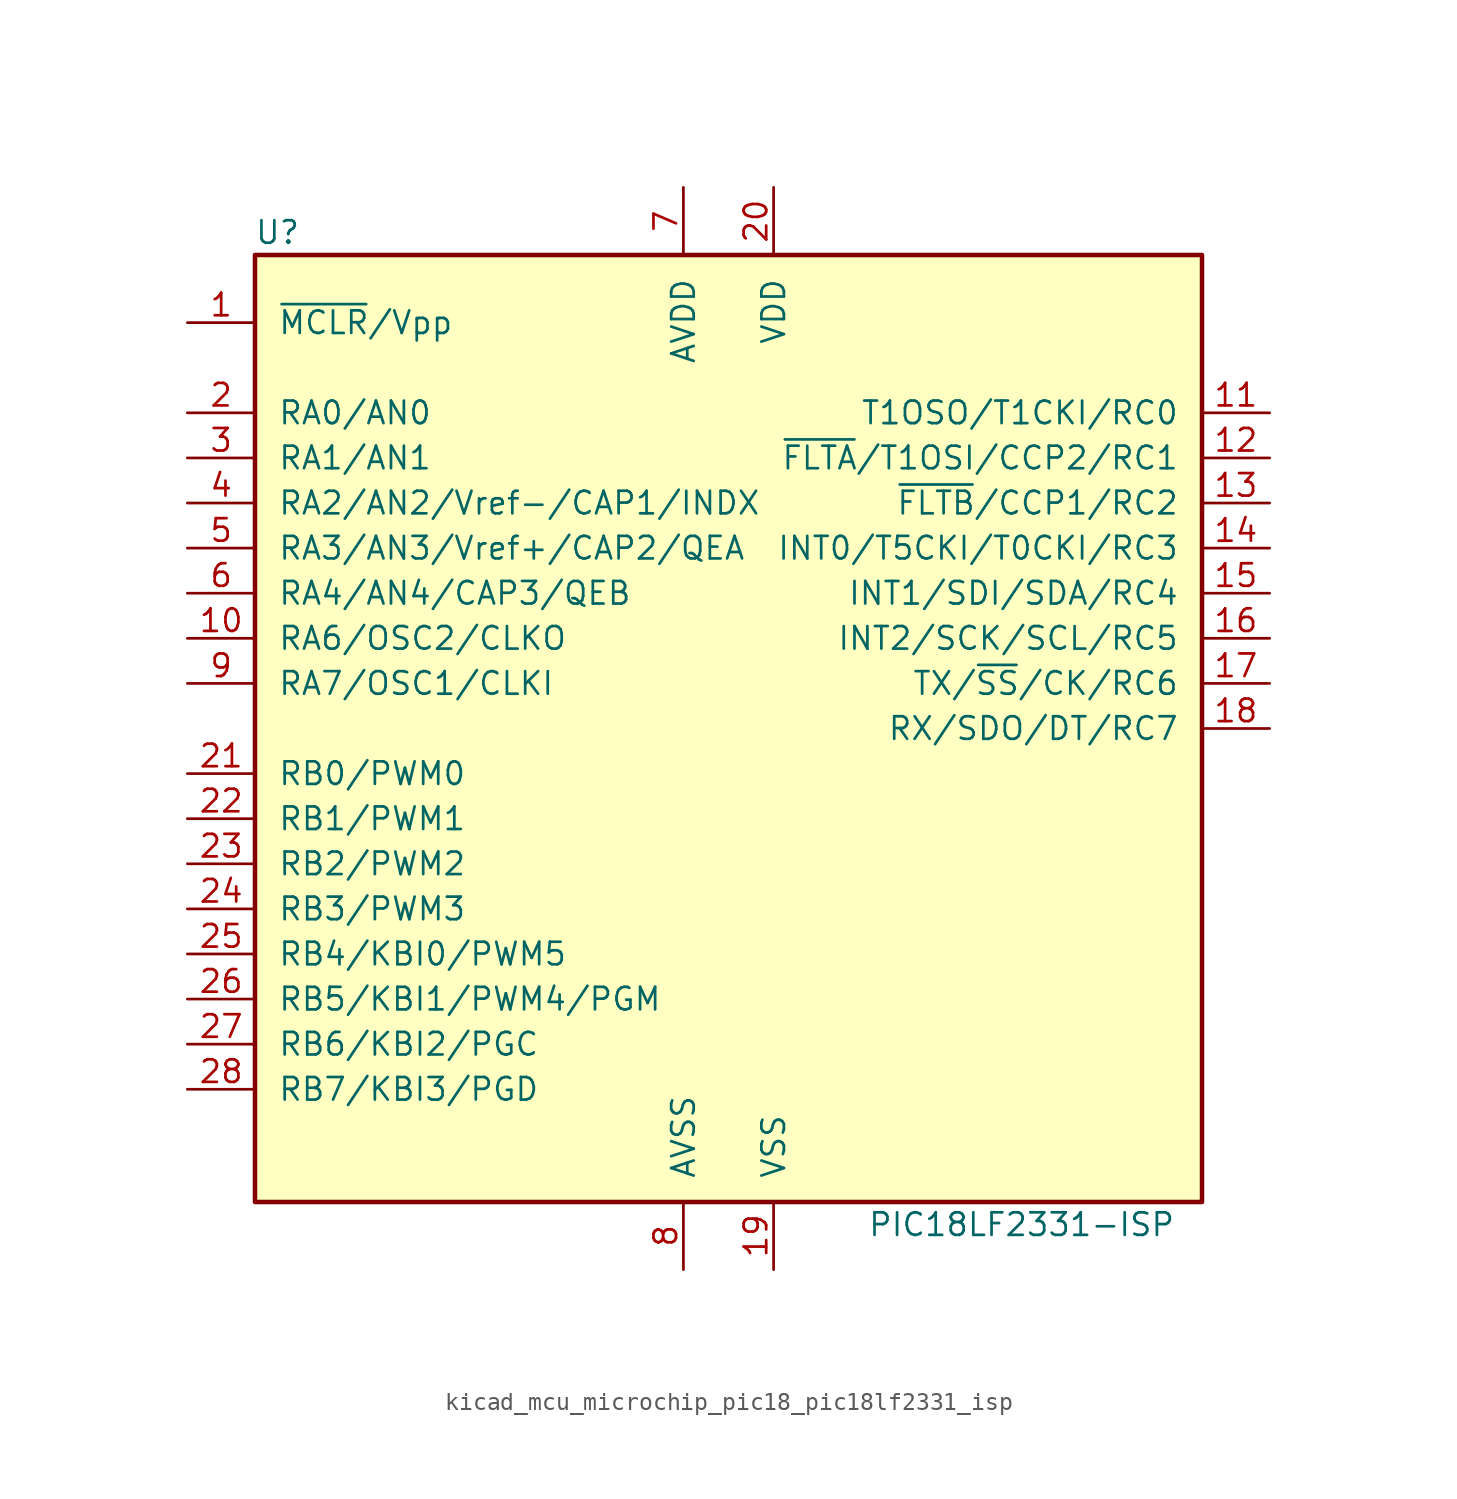
<source format=kicad_sym>
(kicad_symbol_lib
  (version 20220914)
  (generator kicad_symbol_editor)
  (symbol "kicad_mcu_microchip_pic18_pic18lf2331_isp"
    (pin_names
      (offset 1.27))
    (property "Reference" "U"
      (at -25.4 27.94 0)
      (effects (font (size 1.27 1.27))))
    (property "Value" "PIC18LF2331-ISP"
      (at 16.51 -27.94 0)
      (effects (font (size 1.27 1.27))))
    (symbol "kicad_mcu_microchip_pic18_pic18lf2331_isp_0_1"
      (rectangle (start -26.67 26.67) (end 26.67 -26.67) (stroke (width 0.254) (type default)) (fill (type background))))
    (symbol "kicad_mcu_microchip_pic18_pic18lf2331_isp_1_1"
      (pin input line (at -30.48 22.86 0) (length 3.81) (name "~{MCLR}/Vpp" (effects (font (size 1.27 1.27)))) (number "1" (effects (font (size 1.27 1.27)))))
      (pin bidirectional line (at -30.48 5.08 0) (length 3.81) (name "RA6/OSC2/CLKO" (effects (font (size 1.27 1.27)))) (number "10" (effects (font (size 1.27 1.27)))))
      (pin bidirectional line (at 30.48 17.78 180) (length 3.81) (name "T1OSO/T1CKI/RC0" (effects (font (size 1.27 1.27)))) (number "11" (effects (font (size 1.27 1.27)))))
      (pin bidirectional line (at 30.48 15.24 180) (length 3.81) (name "~{FLTA}/T1OSI/CCP2/RC1" (effects (font (size 1.27 1.27)))) (number "12" (effects (font (size 1.27 1.27)))))
      (pin bidirectional line (at 30.48 12.7 180) (length 3.81) (name "~{FLTB}/CCP1/RC2" (effects (font (size 1.27 1.27)))) (number "13" (effects (font (size 1.27 1.27)))))
      (pin bidirectional line (at 30.48 10.16 180) (length 3.81) (name "INT0/T5CKI/T0CKI/RC3" (effects (font (size 1.27 1.27)))) (number "14" (effects (font (size 1.27 1.27)))))
      (pin bidirectional line (at 30.48 7.62 180) (length 3.81) (name "INT1/SDI/SDA/RC4" (effects (font (size 1.27 1.27)))) (number "15" (effects (font (size 1.27 1.27)))))
      (pin bidirectional line (at 30.48 5.08 180) (length 3.81) (name "INT2/SCK/SCL/RC5" (effects (font (size 1.27 1.27)))) (number "16" (effects (font (size 1.27 1.27)))))
      (pin bidirectional line (at 30.48 2.54 180) (length 3.81) (name "TX/~{SS}/CK/RC6" (effects (font (size 1.27 1.27)))) (number "17" (effects (font (size 1.27 1.27)))))
      (pin bidirectional line (at 30.48 0 180) (length 3.81) (name "RX/SDO/DT/RC7" (effects (font (size 1.27 1.27)))) (number "18" (effects (font (size 1.27 1.27)))))
      (pin power_in line (at 2.54 -30.48 90) (length 3.81) (name "VSS" (effects (font (size 1.27 1.27)))) (number "19" (effects (font (size 1.27 1.27)))))
      (pin bidirectional line (at -30.48 17.78 0) (length 3.81) (name "RA0/AN0" (effects (font (size 1.27 1.27)))) (number "2" (effects (font (size 1.27 1.27)))))
      (pin power_in line (at 2.54 30.48 270) (length 3.81) (name "VDD" (effects (font (size 1.27 1.27)))) (number "20" (effects (font (size 1.27 1.27)))))
      (pin bidirectional line (at -30.48 -2.54 0) (length 3.81) (name "RB0/PWM0" (effects (font (size 1.27 1.27)))) (number "21" (effects (font (size 1.27 1.27)))))
      (pin bidirectional line (at -30.48 -5.08 0) (length 3.81) (name "RB1/PWM1" (effects (font (size 1.27 1.27)))) (number "22" (effects (font (size 1.27 1.27)))))
      (pin bidirectional line (at -30.48 -7.62 0) (length 3.81) (name "RB2/PWM2" (effects (font (size 1.27 1.27)))) (number "23" (effects (font (size 1.27 1.27)))))
      (pin bidirectional line (at -30.48 -10.16 0) (length 3.81) (name "RB3/PWM3" (effects (font (size 1.27 1.27)))) (number "24" (effects (font (size 1.27 1.27)))))
      (pin bidirectional line (at -30.48 -12.7 0) (length 3.81) (name "RB4/KBI0/PWM5" (effects (font (size 1.27 1.27)))) (number "25" (effects (font (size 1.27 1.27)))))
      (pin bidirectional line (at -30.48 -15.24 0) (length 3.81) (name "RB5/KBI1/PWM4/PGM" (effects (font (size 1.27 1.27)))) (number "26" (effects (font (size 1.27 1.27)))))
      (pin bidirectional line (at -30.48 -17.78 0) (length 3.81) (name "RB6/KBI2/PGC" (effects (font (size 1.27 1.27)))) (number "27" (effects (font (size 1.27 1.27)))))
      (pin bidirectional line (at -30.48 -20.32 0) (length 3.81) (name "RB7/KBI3/PGD" (effects (font (size 1.27 1.27)))) (number "28" (effects (font (size 1.27 1.27)))))
      (pin bidirectional line (at -30.48 15.24 0) (length 3.81) (name "RA1/AN1" (effects (font (size 1.27 1.27)))) (number "3" (effects (font (size 1.27 1.27)))))
      (pin bidirectional line (at -30.48 12.7 0) (length 3.81) (name "RA2/AN2/Vref-/CAP1/INDX" (effects (font (size 1.27 1.27)))) (number "4" (effects (font (size 1.27 1.27)))))
      (pin bidirectional line (at -30.48 10.16 0) (length 3.81) (name "RA3/AN3/Vref+/CAP2/QEA" (effects (font (size 1.27 1.27)))) (number "5" (effects (font (size 1.27 1.27)))))
      (pin bidirectional line (at -30.48 7.62 0) (length 3.81) (name "RA4/AN4/CAP3/QEB" (effects (font (size 1.27 1.27)))) (number "6" (effects (font (size 1.27 1.27)))))
      (pin power_in line (at -2.54 30.48 270) (length 3.81) (name "AVDD" (effects (font (size 1.27 1.27)))) (number "7" (effects (font (size 1.27 1.27)))))
      (pin power_in line (at -2.54 -30.48 90) (length 3.81) (name "AVSS" (effects (font (size 1.27 1.27)))) (number "8" (effects (font (size 1.27 1.27)))))
      (pin bidirectional line (at -30.48 2.54 0) (length 3.81) (name "RA7/OSC1/CLKI" (effects (font (size 1.27 1.27)))) (number "9" (effects (font (size 1.27 1.27))))))))
</source>
